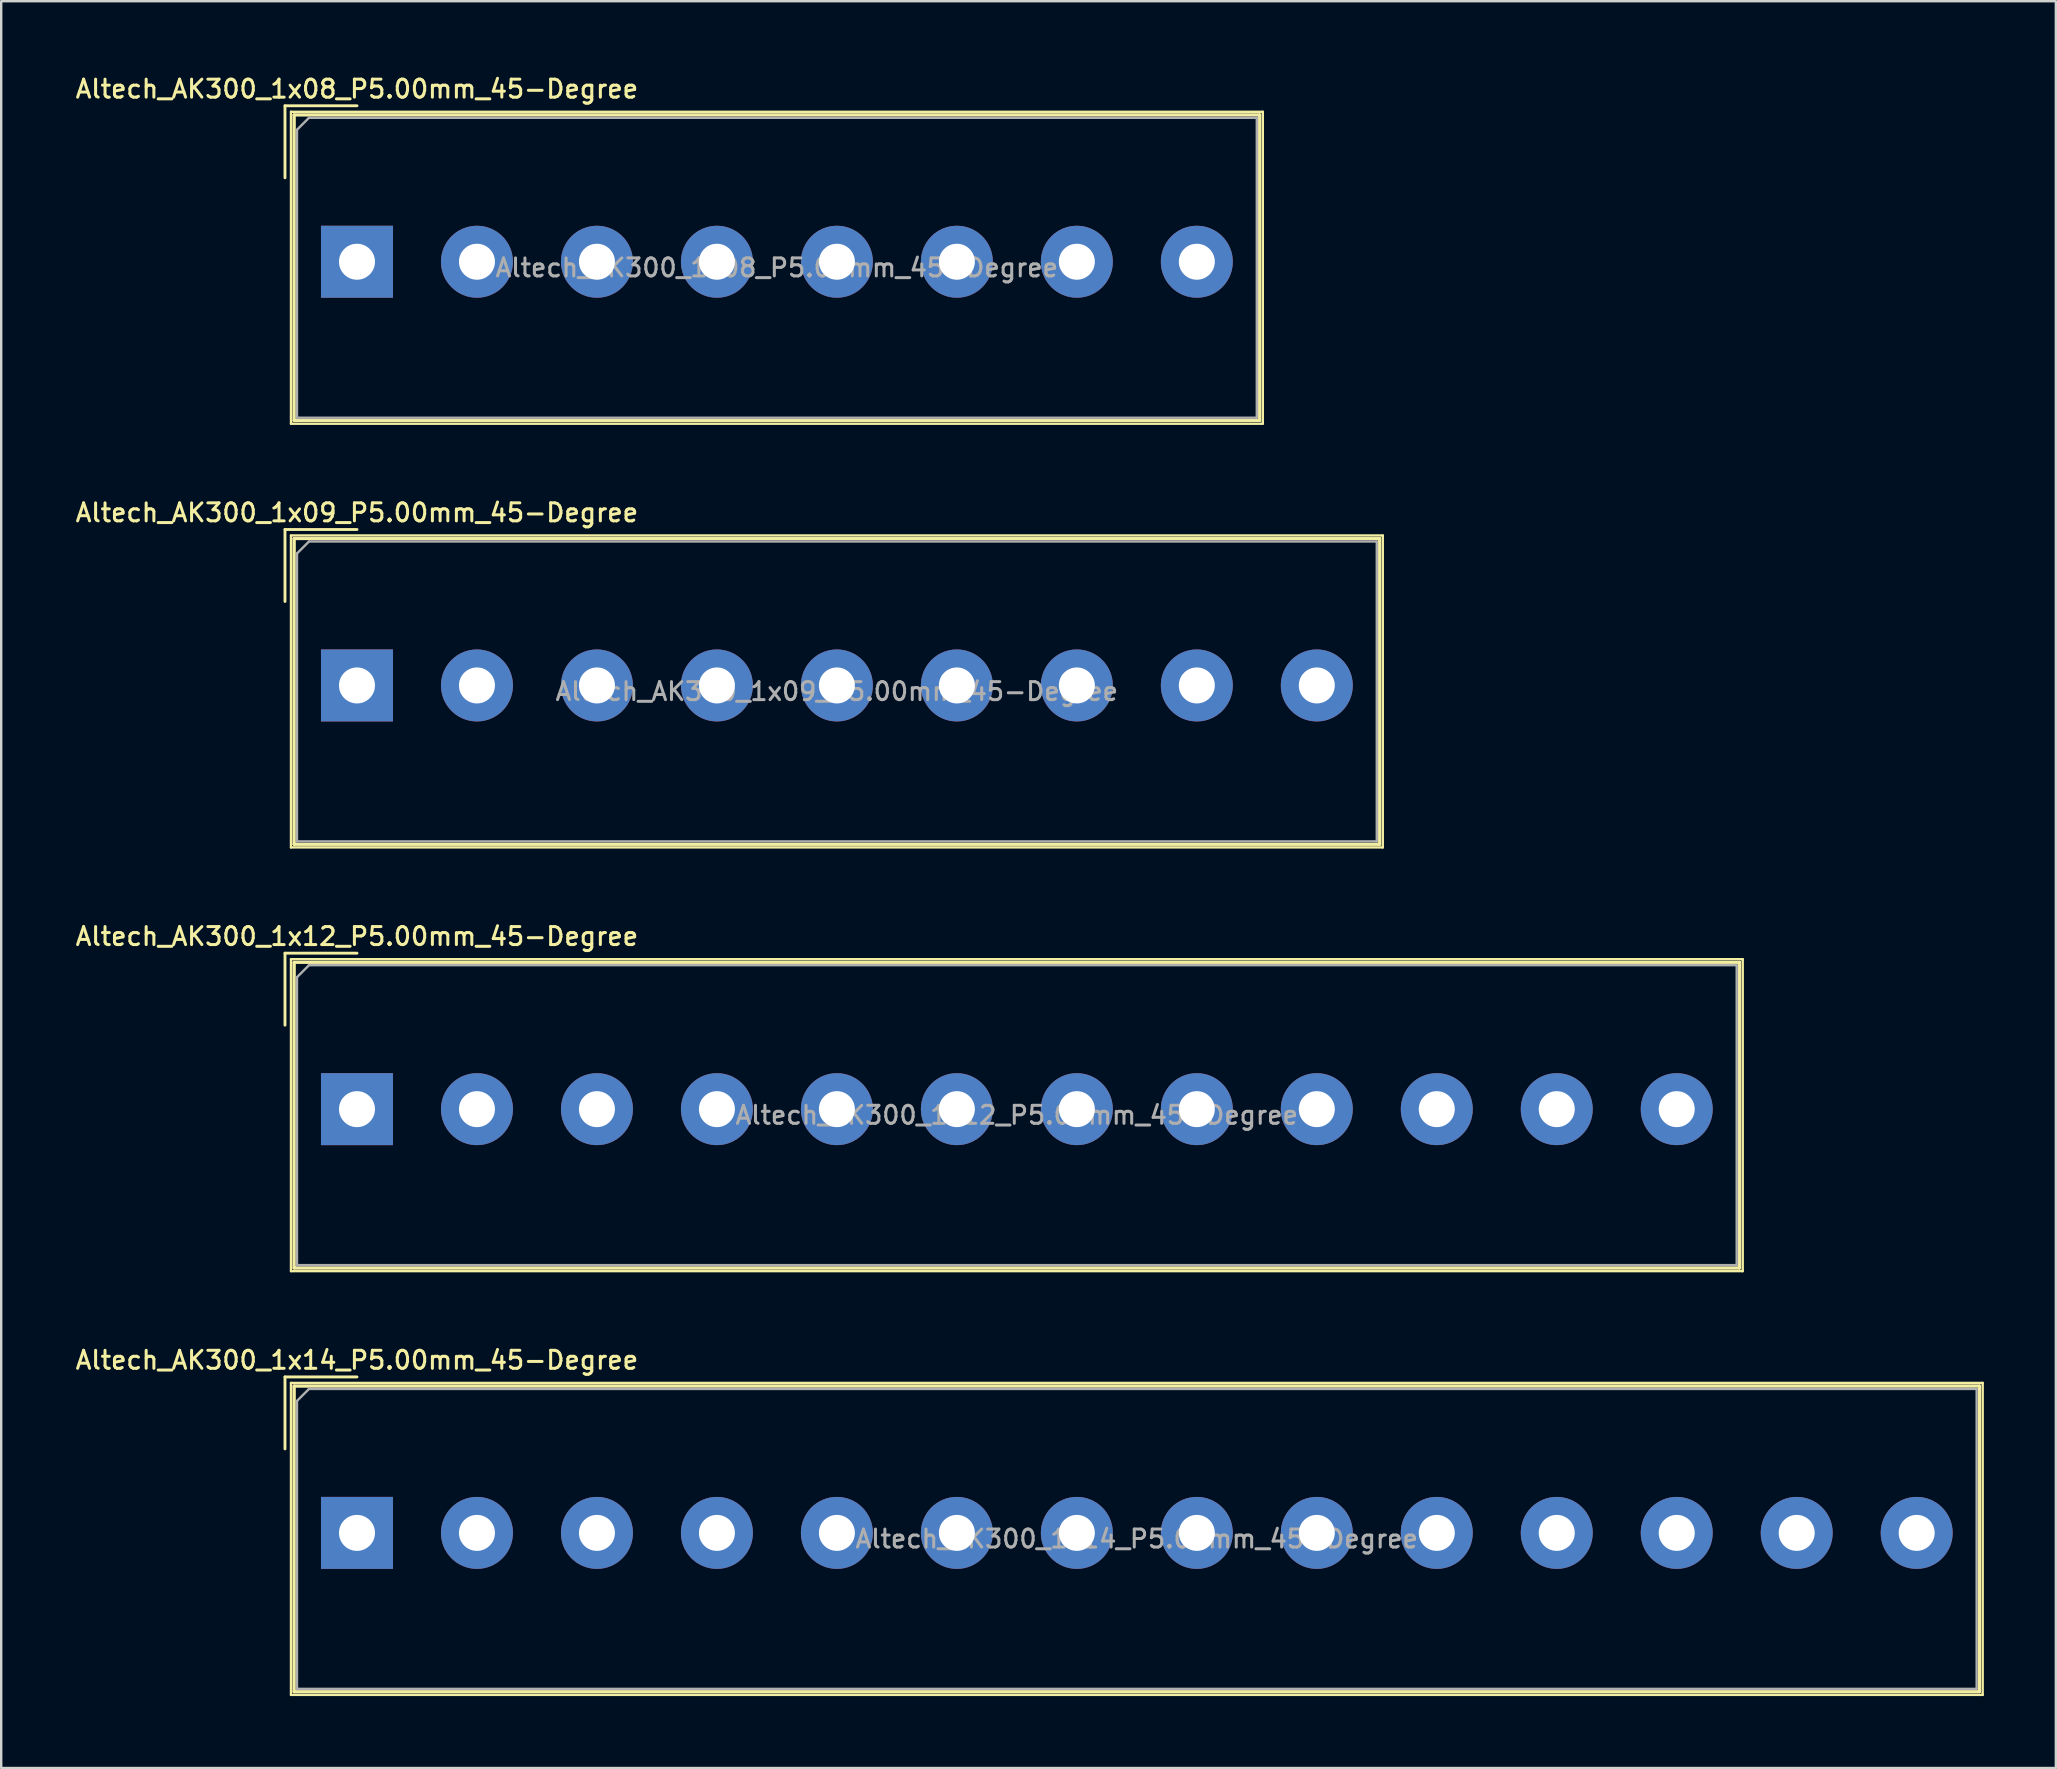
<source format=kicad_pcb>
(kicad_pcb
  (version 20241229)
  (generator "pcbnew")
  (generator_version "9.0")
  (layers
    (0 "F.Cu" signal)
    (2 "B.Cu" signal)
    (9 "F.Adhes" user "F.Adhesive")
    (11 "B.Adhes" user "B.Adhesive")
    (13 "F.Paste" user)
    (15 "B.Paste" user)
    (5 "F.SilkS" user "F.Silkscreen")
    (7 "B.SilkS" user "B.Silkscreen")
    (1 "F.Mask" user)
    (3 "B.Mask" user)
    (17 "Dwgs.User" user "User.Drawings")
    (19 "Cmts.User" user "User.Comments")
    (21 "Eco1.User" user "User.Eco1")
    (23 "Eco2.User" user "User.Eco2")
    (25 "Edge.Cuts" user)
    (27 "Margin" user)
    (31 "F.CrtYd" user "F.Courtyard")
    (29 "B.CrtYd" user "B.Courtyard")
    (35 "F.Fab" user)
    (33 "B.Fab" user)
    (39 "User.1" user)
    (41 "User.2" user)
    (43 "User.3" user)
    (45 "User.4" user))
  (footprint "Altech_AK300_1x09_P5.00mm_45-Degree"
    (layer "F.Cu")
    (at 11.827 25.516)
    (property "Reference" "Altech_AK300_1x09_P5.00mm_45-Degree" (at 0 -7.2 0) (layer "F.SilkS") (effects (font (size 0.75 0.75) (thickness 0.125))))
    (attr through_hole)
    (fp_line (start -3 -6.5) (end 0 -6.5) (stroke (width 0.12) (type solid)) (layer "F.SilkS"))
    (fp_line (start -3 -3.5) (end -3 -6.5) (stroke (width 0.12) (type solid)) (layer "F.SilkS"))
    (fp_line (start -2.75 -6.25) (end -2.75 6.75) (stroke (width 0.1) (type solid)) (layer "F.SilkS"))
    (fp_line (start -2.75 -6.25) (end 42.75 -6.25) (stroke (width 0.1) (type solid)) (layer "F.SilkS"))
    (fp_line (start -2.75 6.75) (end 42.75 6.75) (stroke (width 0.1) (type solid)) (layer "F.SilkS"))
    (fp_line (start -2.62 -6.12) (end -2.62 6.62) (stroke (width 0.12) (type solid)) (layer "F.SilkS"))
    (fp_line (start -2.62 -6.12) (end -2.62 6.62) (stroke (width 0.12) (type solid)) (layer "F.SilkS"))
    (fp_line (start -2.62 -6.12) (end 42.62 -6.12) (stroke (width 0.12) (type solid)) (layer "F.SilkS"))
    (fp_line (start -2.62 -6.12) (end 42.62 -6.12) (stroke (width 0.12) (type solid)) (layer "F.SilkS"))
    (fp_line (start -2.62 6.62) (end 42.62 6.62) (stroke (width 0.12) (type solid)) (layer "F.SilkS"))
    (fp_line (start -2.62 6.62) (end 42.62 6.62) (stroke (width 0.12) (type solid)) (layer "F.SilkS"))
    (fp_line (start 42.62 -6.12) (end 42.62 6.62) (stroke (width 0.12) (type solid)) (layer "F.SilkS"))
    (fp_line (start 42.62 -6.12) (end 42.62 6.62) (stroke (width 0.12) (type solid)) (layer "F.SilkS"))
    (fp_line (start 42.75 -6.25) (end 42.75 6.75) (stroke (width 0.1) (type solid)) (layer "F.SilkS"))
    (fp_line (start -2.5 -5.5) (end -2 -6) (stroke (width 0.1) (type solid)) (layer "F.Fab"))
    (fp_line (start -2.5 6.5) (end -2.5 -5.5) (stroke (width 0.1) (type solid)) (layer "F.Fab"))
    (fp_line (start -2 -6) (end 42.5 -6) (stroke (width 0.1) (type solid)) (layer "F.Fab"))
    (fp_line (start 42.5 -6) (end 42.5 6.5) (stroke (width 0.1) (type solid)) (layer "F.Fab"))
    (fp_line (start 42.5 6.5) (end -2.5 6.5) (stroke (width 0.1) (type solid)) (layer "F.Fab"))
    (fp_text user "${REFERENCE}" (at 20 0.25 0) (layer "F.Fab") (effects (font (size 0.75 0.75) (thickness 0.125))))
    (pad "1" thru_hole rect (at 0 0) (size 3 3) (drill 1.5) (layers "*.Cu" "*.Mask"))
    (pad "2" thru_hole circle (at 5 0) (size 3 3) (drill 1.5) (layers "*.Cu" "*.Mask"))
    (pad "3" thru_hole circle (at 10 0) (size 3 3) (drill 1.5) (layers "*.Cu" "*.Mask"))
    (pad "4" thru_hole circle (at 15 0) (size 3 3) (drill 1.5) (layers "*.Cu" "*.Mask"))
    (pad "5" thru_hole circle (at 20 0) (size 3 3) (drill 1.5) (layers "*.Cu" "*.Mask"))
    (pad "6" thru_hole circle (at 25 0) (size 3 3) (drill 1.5) (layers "*.Cu" "*.Mask"))
    (pad "7" thru_hole circle (at 30 0) (size 3 3) (drill 1.5) (layers "*.Cu" "*.Mask"))
    (pad "8" thru_hole circle (at 35 0) (size 3 3) (drill 1.5) (layers "*.Cu" "*.Mask"))
    (pad "9" thru_hole circle (at 40 0) (size 3 3) (drill 1.5) (layers "*.Cu" "*.Mask")))
  (footprint "Altech_AK300_1x12_P5.00mm_45-Degree"
    (layer "F.Cu")
    (at 11.827 43.174)
    (property "Reference" "Altech_AK300_1x12_P5.00mm_45-Degree" (at 0 -7.2 0) (layer "F.SilkS") (effects (font (size 0.75 0.75) (thickness 0.125))))
    (attr through_hole)
    (fp_line (start -3 -6.5) (end 0 -6.5) (stroke (width 0.12) (type solid)) (layer "F.SilkS"))
    (fp_line (start -3 -3.5) (end -3 -6.5) (stroke (width 0.12) (type solid)) (layer "F.SilkS"))
    (fp_line (start -2.75 -6.25) (end -2.75 6.75) (stroke (width 0.1) (type solid)) (layer "F.SilkS"))
    (fp_line (start -2.75 -6.25) (end 57.75 -6.25) (stroke (width 0.1) (type solid)) (layer "F.SilkS"))
    (fp_line (start -2.75 6.75) (end 57.75 6.75) (stroke (width 0.1) (type solid)) (layer "F.SilkS"))
    (fp_line (start -2.62 -6.12) (end -2.62 6.62) (stroke (width 0.12) (type solid)) (layer "F.SilkS"))
    (fp_line (start -2.62 -6.12) (end -2.62 6.62) (stroke (width 0.12) (type solid)) (layer "F.SilkS"))
    (fp_line (start -2.62 -6.12) (end 57.62 -6.12) (stroke (width 0.12) (type solid)) (layer "F.SilkS"))
    (fp_line (start -2.62 -6.12) (end 57.62 -6.12) (stroke (width 0.12) (type solid)) (layer "F.SilkS"))
    (fp_line (start -2.62 6.62) (end 57.62 6.62) (stroke (width 0.12) (type solid)) (layer "F.SilkS"))
    (fp_line (start -2.62 6.62) (end 57.62 6.62) (stroke (width 0.12) (type solid)) (layer "F.SilkS"))
    (fp_line (start 57.62 -6.12) (end 57.62 6.62) (stroke (width 0.12) (type solid)) (layer "F.SilkS"))
    (fp_line (start 57.62 -6.12) (end 57.62 6.62) (stroke (width 0.12) (type solid)) (layer "F.SilkS"))
    (fp_line (start 57.75 -6.25) (end 57.75 6.75) (stroke (width 0.1) (type solid)) (layer "F.SilkS"))
    (fp_line (start -2.5 -5.5) (end -2 -6) (stroke (width 0.1) (type solid)) (layer "F.Fab"))
    (fp_line (start -2.5 6.5) (end -2.5 -5.5) (stroke (width 0.1) (type solid)) (layer "F.Fab"))
    (fp_line (start -2 -6) (end 57.5 -6) (stroke (width 0.1) (type solid)) (layer "F.Fab"))
    (fp_line (start 57.5 -6) (end 57.5 6.5) (stroke (width 0.1) (type solid)) (layer "F.Fab"))
    (fp_line (start 57.5 6.5) (end -2.5 6.5) (stroke (width 0.1) (type solid)) (layer "F.Fab"))
    (fp_text user "${REFERENCE}" (at 27.5 0.25 0) (layer "F.Fab") (effects (font (size 0.75 0.75) (thickness 0.125))))
    (pad "1" thru_hole rect (at 0 0) (size 3 3) (drill 1.5) (layers "*.Cu" "*.Mask"))
    (pad "2" thru_hole circle (at 5 0) (size 3 3) (drill 1.5) (layers "*.Cu" "*.Mask"))
    (pad "3" thru_hole circle (at 10 0) (size 3 3) (drill 1.5) (layers "*.Cu" "*.Mask"))
    (pad "4" thru_hole circle (at 15 0) (size 3 3) (drill 1.5) (layers "*.Cu" "*.Mask"))
    (pad "5" thru_hole circle (at 20 0) (size 3 3) (drill 1.5) (layers "*.Cu" "*.Mask"))
    (pad "6" thru_hole circle (at 25 0) (size 3 3) (drill 1.5) (layers "*.Cu" "*.Mask"))
    (pad "7" thru_hole circle (at 30 0) (size 3 3) (drill 1.5) (layers "*.Cu" "*.Mask"))
    (pad "8" thru_hole circle (at 35 0) (size 3 3) (drill 1.5) (layers "*.Cu" "*.Mask"))
    (pad "9" thru_hole circle (at 40 0) (size 3 3) (drill 1.5) (layers "*.Cu" "*.Mask"))
    (pad "10" thru_hole circle (at 45 0) (size 3 3) (drill 1.5) (layers "*.Cu" "*.Mask"))
    (pad "11" thru_hole circle (at 50 0) (size 3 3) (drill 1.5) (layers "*.Cu" "*.Mask"))
    (pad "12" thru_hole circle (at 55 0) (size 3 3) (drill 1.5) (layers "*.Cu" "*.Mask")))
  (footprint "Altech_AK300_1x08_P5.00mm_45-Degree"
    (layer "F.Cu")
    (at 11.827 7.858)
    (property "Reference" "Altech_AK300_1x08_P5.00mm_45-Degree" (at 0 -7.2 0) (layer "F.SilkS") (effects (font (size 0.75 0.75) (thickness 0.125))))
    (attr through_hole)
    (fp_line (start -3 -6.5) (end 0 -6.5) (stroke (width 0.12) (type solid)) (layer "F.SilkS"))
    (fp_line (start -3 -3.5) (end -3 -6.5) (stroke (width 0.12) (type solid)) (layer "F.SilkS"))
    (fp_line (start -2.75 -6.25) (end -2.75 6.75) (stroke (width 0.1) (type solid)) (layer "F.SilkS"))
    (fp_line (start -2.75 -6.25) (end 37.75 -6.25) (stroke (width 0.1) (type solid)) (layer "F.SilkS"))
    (fp_line (start -2.75 6.75) (end 37.75 6.75) (stroke (width 0.1) (type solid)) (layer "F.SilkS"))
    (fp_line (start -2.62 -6.12) (end -2.62 6.62) (stroke (width 0.12) (type solid)) (layer "F.SilkS"))
    (fp_line (start -2.62 -6.12) (end -2.62 6.62) (stroke (width 0.12) (type solid)) (layer "F.SilkS"))
    (fp_line (start -2.62 -6.12) (end 37.62 -6.12) (stroke (width 0.12) (type solid)) (layer "F.SilkS"))
    (fp_line (start -2.62 -6.12) (end 37.62 -6.12) (stroke (width 0.12) (type solid)) (layer "F.SilkS"))
    (fp_line (start -2.62 6.62) (end 37.62 6.62) (stroke (width 0.12) (type solid)) (layer "F.SilkS"))
    (fp_line (start -2.62 6.62) (end 37.62 6.62) (stroke (width 0.12) (type solid)) (layer "F.SilkS"))
    (fp_line (start 37.62 -6.12) (end 37.62 6.62) (stroke (width 0.12) (type solid)) (layer "F.SilkS"))
    (fp_line (start 37.62 -6.12) (end 37.62 6.62) (stroke (width 0.12) (type solid)) (layer "F.SilkS"))
    (fp_line (start 37.75 -6.25) (end 37.75 6.75) (stroke (width 0.1) (type solid)) (layer "F.SilkS"))
    (fp_line (start -2.5 -5.5) (end -2 -6) (stroke (width 0.1) (type solid)) (layer "F.Fab"))
    (fp_line (start -2.5 6.5) (end -2.5 -5.5) (stroke (width 0.1) (type solid)) (layer "F.Fab"))
    (fp_line (start -2 -6) (end 37.5 -6) (stroke (width 0.1) (type solid)) (layer "F.Fab"))
    (fp_line (start 37.5 -6) (end 37.5 6.5) (stroke (width 0.1) (type solid)) (layer "F.Fab"))
    (fp_line (start 37.5 6.5) (end -2.5 6.5) (stroke (width 0.1) (type solid)) (layer "F.Fab"))
    (fp_text user "${REFERENCE}" (at 17.5 0.25 0) (layer "F.Fab") (effects (font (size 0.75 0.75) (thickness 0.125))))
    (pad "1" thru_hole rect (at 0 0) (size 3 3) (drill 1.5) (layers "*.Cu" "*.Mask"))
    (pad "2" thru_hole circle (at 5 0) (size 3 3) (drill 1.5) (layers "*.Cu" "*.Mask"))
    (pad "3" thru_hole circle (at 10 0) (size 3 3) (drill 1.5) (layers "*.Cu" "*.Mask"))
    (pad "4" thru_hole circle (at 15 0) (size 3 3) (drill 1.5) (layers "*.Cu" "*.Mask"))
    (pad "5" thru_hole circle (at 20 0) (size 3 3) (drill 1.5) (layers "*.Cu" "*.Mask"))
    (pad "6" thru_hole circle (at 25 0) (size 3 3) (drill 1.5) (layers "*.Cu" "*.Mask"))
    (pad "7" thru_hole circle (at 30 0) (size 3 3) (drill 1.5) (layers "*.Cu" "*.Mask"))
    (pad "8" thru_hole circle (at 35 0) (size 3 3) (drill 1.5) (layers "*.Cu" "*.Mask")))
  (footprint "Altech_AK300_1x14_P5.00mm_45-Degree"
    (layer "F.Cu")
    (at 11.827 60.833)
    (property "Reference" "Altech_AK300_1x14_P5.00mm_45-Degree" (at 0 -7.2 0) (layer "F.SilkS") (effects (font (size 0.75 0.75) (thickness 0.125))))
    (attr through_hole)
    (fp_line (start -3 -6.5) (end 0 -6.5) (stroke (width 0.12) (type solid)) (layer "F.SilkS"))
    (fp_line (start -3 -3.5) (end -3 -6.5) (stroke (width 0.12) (type solid)) (layer "F.SilkS"))
    (fp_line (start -2.75 -6.25) (end -2.75 6.75) (stroke (width 0.1) (type solid)) (layer "F.SilkS"))
    (fp_line (start -2.75 -6.25) (end 67.75 -6.25) (stroke (width 0.1) (type solid)) (layer "F.SilkS"))
    (fp_line (start -2.75 6.75) (end 67.75 6.75) (stroke (width 0.1) (type solid)) (layer "F.SilkS"))
    (fp_line (start -2.62 -6.12) (end -2.62 6.62) (stroke (width 0.12) (type solid)) (layer "F.SilkS"))
    (fp_line (start -2.62 -6.12) (end -2.62 6.62) (stroke (width 0.12) (type solid)) (layer "F.SilkS"))
    (fp_line (start -2.62 -6.12) (end 67.62 -6.12) (stroke (width 0.12) (type solid)) (layer "F.SilkS"))
    (fp_line (start -2.62 -6.12) (end 67.62 -6.12) (stroke (width 0.12) (type solid)) (layer "F.SilkS"))
    (fp_line (start -2.62 6.62) (end 67.62 6.62) (stroke (width 0.12) (type solid)) (layer "F.SilkS"))
    (fp_line (start -2.62 6.62) (end 67.62 6.62) (stroke (width 0.12) (type solid)) (layer "F.SilkS"))
    (fp_line (start 67.62 -6.12) (end 67.62 6.62) (stroke (width 0.12) (type solid)) (layer "F.SilkS"))
    (fp_line (start 67.62 -6.12) (end 67.62 6.62) (stroke (width 0.12) (type solid)) (layer "F.SilkS"))
    (fp_line (start 67.75 -6.25) (end 67.75 6.75) (stroke (width 0.1) (type solid)) (layer "F.SilkS"))
    (fp_line (start -2.5 -5.5) (end -2 -6) (stroke (width 0.1) (type solid)) (layer "F.Fab"))
    (fp_line (start -2.5 6.5) (end -2.5 -5.5) (stroke (width 0.1) (type solid)) (layer "F.Fab"))
    (fp_line (start -2 -6) (end 67.5 -6) (stroke (width 0.1) (type solid)) (layer "F.Fab"))
    (fp_line (start 67.5 -6) (end 67.5 6.5) (stroke (width 0.1) (type solid)) (layer "F.Fab"))
    (fp_line (start 67.5 6.5) (end -2.5 6.5) (stroke (width 0.1) (type solid)) (layer "F.Fab"))
    (fp_text user "${REFERENCE}" (at 32.5 0.25 0) (layer "F.Fab") (effects (font (size 0.75 0.75) (thickness 0.125))))
    (pad "1" thru_hole rect (at 0 0) (size 3 3) (drill 1.5) (layers "*.Cu" "*.Mask"))
    (pad "2" thru_hole circle (at 5 0) (size 3 3) (drill 1.5) (layers "*.Cu" "*.Mask"))
    (pad "3" thru_hole circle (at 10 0) (size 3 3) (drill 1.5) (layers "*.Cu" "*.Mask"))
    (pad "4" thru_hole circle (at 15 0) (size 3 3) (drill 1.5) (layers "*.Cu" "*.Mask"))
    (pad "5" thru_hole circle (at 20 0) (size 3 3) (drill 1.5) (layers "*.Cu" "*.Mask"))
    (pad "6" thru_hole circle (at 25 0) (size 3 3) (drill 1.5) (layers "*.Cu" "*.Mask"))
    (pad "7" thru_hole circle (at 30 0) (size 3 3) (drill 1.5) (layers "*.Cu" "*.Mask"))
    (pad "8" thru_hole circle (at 35 0) (size 3 3) (drill 1.5) (layers "*.Cu" "*.Mask"))
    (pad "9" thru_hole circle (at 40 0) (size 3 3) (drill 1.5) (layers "*.Cu" "*.Mask"))
    (pad "10" thru_hole circle (at 45 0) (size 3 3) (drill 1.5) (layers "*.Cu" "*.Mask"))
    (pad "11" thru_hole circle (at 50 0) (size 3 3) (drill 1.5) (layers "*.Cu" "*.Mask"))
    (pad "12" thru_hole circle (at 55 0) (size 3 3) (drill 1.5) (layers "*.Cu" "*.Mask"))
    (pad "13" thru_hole circle (at 60 0) (size 3 3) (drill 1.5) (layers "*.Cu" "*.Mask"))
    (pad "14" thru_hole circle (at 65 0) (size 3 3) (drill 1.5) (layers "*.Cu" "*.Mask")))
  (gr_rect
    (start -3 -3)
    (end 82.627 70.632)
    (stroke (width 0.1) (type default))
    (fill no)
    (layer "Edge.Cuts")))
</source>
